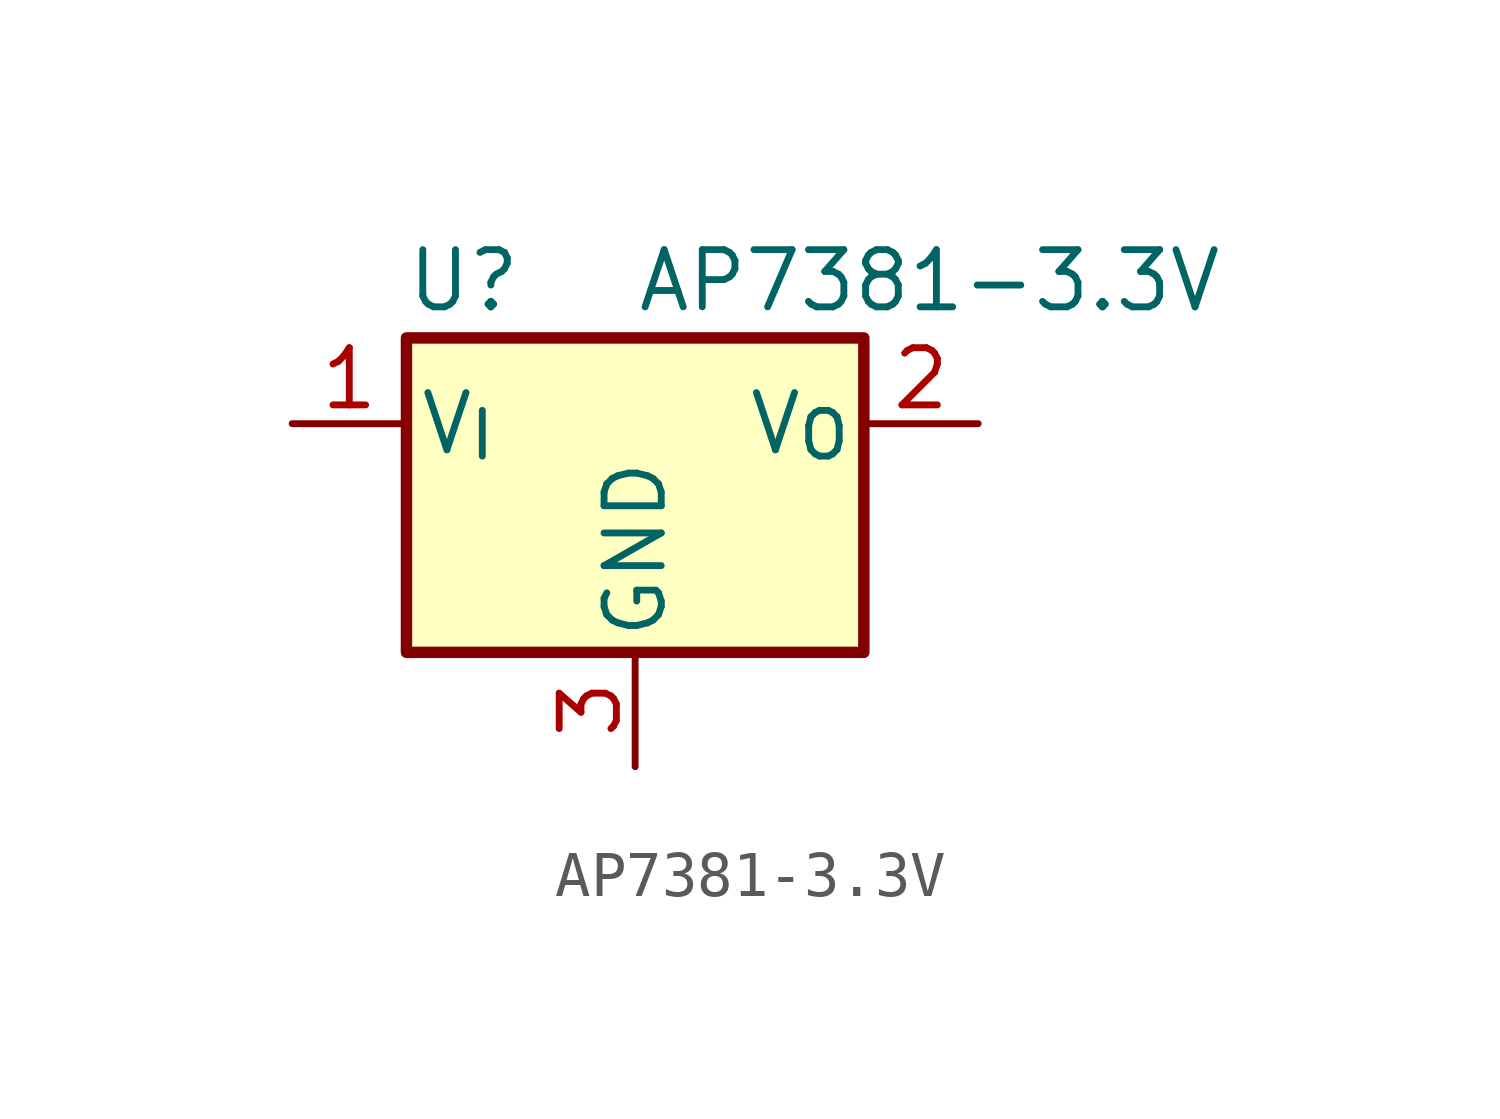
<source format=kicad_sym>
(kicad_symbol_lib
  (version 20220914)
  (generator kicad_symbol_editor)
  (symbol "AP7381-3.3V"
    (pin_names
      (offset 0.254))
    (property "Reference" "U"
      (at -3.81 3.175 0)
      (effects (font (size 1.27 1.27))))
    (property "Value" "AP7381-3.3V"
      (at 0 3.175 0)
      (effects (font (size 1.27 1.27)) (justify left)))
    (symbol "AP7381-3.3V_0_1"
      (rectangle (start -5.08 1.905) (end 5.08 -5.08) (stroke (width 0.254) (type default)) (fill (type background))))
    (symbol "AP7381-3.3V_1_1"
      (pin power_in line (at -7.62 0 0) (length 2.54) (name "V_{I}" (effects (font (size 1.27 1.27)))) (number "1" (effects (font (size 1.27 1.27)))))
      (pin power_out line (at 7.62 0 180) (length 2.54) (name "V_{O}" (effects (font (size 1.27 1.27)))) (number "2" (effects (font (size 1.27 1.27)))))
      (pin power_in line (at 0 -7.62 90) (length 2.54) (name "GND" (effects (font (size 1.27 1.27)))) (number "3" (effects (font (size 1.27 1.27))))))))
</source>
